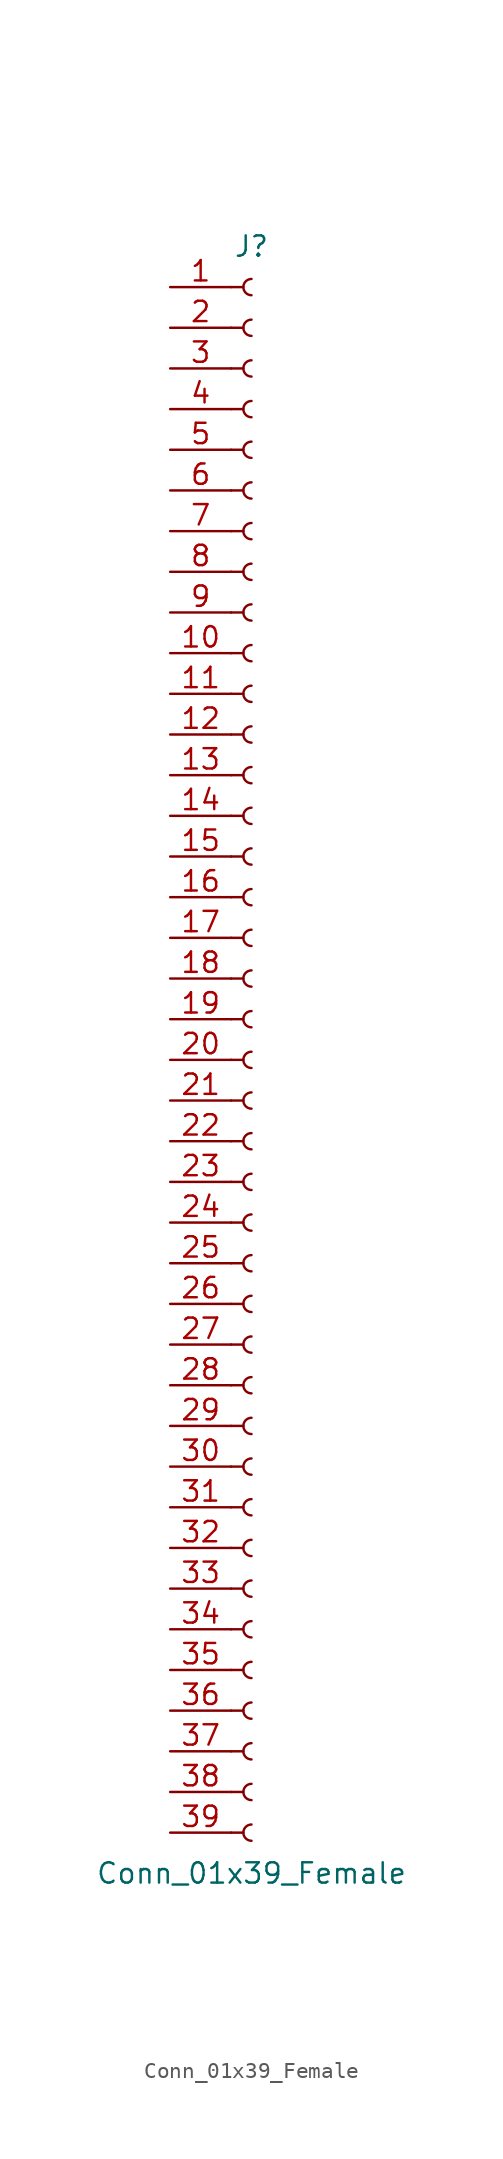
<source format=kicad_sym>
(kicad_symbol_lib
  (version 20220914)
  (generator kicad_symbol_editor)
  (symbol "Conn_01x39_Female"
    (pin_names
      (offset 1.016) hide)
    (property "Reference" "J"
      (at 0 50.8 0)
      (effects (font (size 1.27 1.27))))
    (property "Value" "Conn_01x39_Female"
      (at 0 -50.8 0)
      (effects (font (size 1.27 1.27))))
    (symbol "Conn_01x39_Female_1_1"
      (arc (start 0 -47.752) (mid -0.5058 -48.26) (end 0 -48.768) (stroke (width 0.1524) (type solid)) (fill (type none)))
      (arc (start 0 -45.212) (mid -0.5058 -45.72) (end 0 -46.228) (stroke (width 0.1524) (type solid)) (fill (type none)))
      (arc (start 0 -42.672) (mid -0.5058 -43.18) (end 0 -43.688) (stroke (width 0.1524) (type solid)) (fill (type none)))
      (arc (start 0 -40.132) (mid -0.5058 -40.64) (end 0 -41.148) (stroke (width 0.1524) (type solid)) (fill (type none)))
      (arc (start 0 -37.592) (mid -0.5058 -38.1) (end 0 -38.608) (stroke (width 0.1524) (type solid)) (fill (type none)))
      (arc (start 0 -35.052) (mid -0.5058 -35.56) (end 0 -36.068) (stroke (width 0.1524) (type solid)) (fill (type none)))
      (arc (start 0 -32.512) (mid -0.5058 -33.02) (end 0 -33.528) (stroke (width 0.1524) (type solid)) (fill (type none)))
      (arc (start 0 -29.972) (mid -0.5058 -30.48) (end 0 -30.988) (stroke (width 0.1524) (type solid)) (fill (type none)))
      (arc (start 0 -27.432) (mid -0.5058 -27.94) (end 0 -28.448) (stroke (width 0.1524) (type solid)) (fill (type none)))
      (arc (start 0 -24.892) (mid -0.5058 -25.4) (end 0 -25.908) (stroke (width 0.1524) (type solid)) (fill (type none)))
      (arc (start 0 -22.352) (mid -0.5058 -22.86) (end 0 -23.368) (stroke (width 0.1524) (type solid)) (fill (type none)))
      (arc (start 0 -19.812) (mid -0.5058 -20.32) (end 0 -20.828) (stroke (width 0.1524) (type solid)) (fill (type none)))
      (arc (start 0 -17.272) (mid -0.5058 -17.78) (end 0 -18.288) (stroke (width 0.1524) (type solid)) (fill (type none)))
      (arc (start 0 -14.732) (mid -0.5058 -15.24) (end 0 -15.748) (stroke (width 0.1524) (type solid)) (fill (type none)))
      (arc (start 0 -12.192) (mid -0.5058 -12.7) (end 0 -13.208) (stroke (width 0.1524) (type solid)) (fill (type none)))
      (arc (start 0 -9.652) (mid -0.5058 -10.16) (end 0 -10.668) (stroke (width 0.1524) (type solid)) (fill (type none)))
      (arc (start 0 -7.112) (mid -0.5058 -7.62) (end 0 -8.128) (stroke (width 0.1524) (type solid)) (fill (type none)))
      (arc (start 0 -4.572) (mid -0.5058 -5.08) (end 0 -5.588) (stroke (width 0.1524) (type solid)) (fill (type none)))
      (arc (start 0 -2.032) (mid -0.5058 -2.54) (end 0 -3.048) (stroke (width 0.1524) (type solid)) (fill (type none)))
      (polyline (pts (xy -1.27 -48.26) (xy -0.508 -48.26)) (stroke (width 0.152) (type solid)) (fill (type none)))
      (polyline (pts (xy -1.27 -45.72) (xy -0.508 -45.72)) (stroke (width 0.152) (type solid)) (fill (type none)))
      (polyline (pts (xy -1.27 -43.18) (xy -0.508 -43.18)) (stroke (width 0.152) (type solid)) (fill (type none)))
      (polyline (pts (xy -1.27 -40.64) (xy -0.508 -40.64)) (stroke (width 0.152) (type solid)) (fill (type none)))
      (polyline (pts (xy -1.27 -38.1) (xy -0.508 -38.1)) (stroke (width 0.152) (type solid)) (fill (type none)))
      (polyline (pts (xy -1.27 -35.56) (xy -0.508 -35.56)) (stroke (width 0.152) (type solid)) (fill (type none)))
      (polyline (pts (xy -1.27 -33.02) (xy -0.508 -33.02)) (stroke (width 0.152) (type solid)) (fill (type none)))
      (polyline (pts (xy -1.27 -30.48) (xy -0.508 -30.48)) (stroke (width 0.152) (type solid)) (fill (type none)))
      (polyline (pts (xy -1.27 -27.94) (xy -0.508 -27.94)) (stroke (width 0.152) (type solid)) (fill (type none)))
      (polyline (pts (xy -1.27 -25.4) (xy -0.508 -25.4)) (stroke (width 0.152) (type solid)) (fill (type none)))
      (polyline (pts (xy -1.27 -22.86) (xy -0.508 -22.86)) (stroke (width 0.152) (type solid)) (fill (type none)))
      (polyline (pts (xy -1.27 -20.32) (xy -0.508 -20.32)) (stroke (width 0.152) (type solid)) (fill (type none)))
      (polyline (pts (xy -1.27 -17.78) (xy -0.508 -17.78)) (stroke (width 0.152) (type solid)) (fill (type none)))
      (polyline (pts (xy -1.27 -15.24) (xy -0.508 -15.24)) (stroke (width 0.152) (type solid)) (fill (type none)))
      (polyline (pts (xy -1.27 -12.7) (xy -0.508 -12.7)) (stroke (width 0.152) (type solid)) (fill (type none)))
      (polyline (pts (xy -1.27 -10.16) (xy -0.508 -10.16)) (stroke (width 0.152) (type solid)) (fill (type none)))
      (polyline (pts (xy -1.27 -7.62) (xy -0.508 -7.62)) (stroke (width 0.152) (type solid)) (fill (type none)))
      (polyline (pts (xy -1.27 -5.08) (xy -0.508 -5.08)) (stroke (width 0.152) (type solid)) (fill (type none)))
      (polyline (pts (xy -1.27 -2.54) (xy -0.508 -2.54)) (stroke (width 0.152) (type solid)) (fill (type none)))
      (polyline (pts (xy -1.27 0) (xy -0.508 0)) (stroke (width 0.152) (type solid)) (fill (type none)))
      (polyline (pts (xy -1.27 2.54) (xy -0.508 2.54)) (stroke (width 0.152) (type solid)) (fill (type none)))
      (polyline (pts (xy -1.27 5.08) (xy -0.508 5.08)) (stroke (width 0.152) (type solid)) (fill (type none)))
      (polyline (pts (xy -1.27 7.62) (xy -0.508 7.62)) (stroke (width 0.152) (type solid)) (fill (type none)))
      (polyline (pts (xy -1.27 10.16) (xy -0.508 10.16)) (stroke (width 0.152) (type solid)) (fill (type none)))
      (polyline (pts (xy -1.27 12.7) (xy -0.508 12.7)) (stroke (width 0.152) (type solid)) (fill (type none)))
      (polyline (pts (xy -1.27 15.24) (xy -0.508 15.24)) (stroke (width 0.152) (type solid)) (fill (type none)))
      (polyline (pts (xy -1.27 17.78) (xy -0.508 17.78)) (stroke (width 0.152) (type solid)) (fill (type none)))
      (polyline (pts (xy -1.27 20.32) (xy -0.508 20.32)) (stroke (width 0.152) (type solid)) (fill (type none)))
      (polyline (pts (xy -1.27 22.86) (xy -0.508 22.86)) (stroke (width 0.152) (type solid)) (fill (type none)))
      (polyline (pts (xy -1.27 25.4) (xy -0.508 25.4)) (stroke (width 0.152) (type solid)) (fill (type none)))
      (polyline (pts (xy -1.27 27.94) (xy -0.508 27.94)) (stroke (width 0.152) (type solid)) (fill (type none)))
      (polyline (pts (xy -1.27 30.48) (xy -0.508 30.48)) (stroke (width 0.152) (type solid)) (fill (type none)))
      (polyline (pts (xy -1.27 33.02) (xy -0.508 33.02)) (stroke (width 0.152) (type solid)) (fill (type none)))
      (polyline (pts (xy -1.27 35.56) (xy -0.508 35.56)) (stroke (width 0.152) (type solid)) (fill (type none)))
      (polyline (pts (xy -1.27 38.1) (xy -0.508 38.1)) (stroke (width 0.152) (type solid)) (fill (type none)))
      (polyline (pts (xy -1.27 40.64) (xy -0.508 40.64)) (stroke (width 0.152) (type solid)) (fill (type none)))
      (polyline (pts (xy -1.27 43.18) (xy -0.508 43.18)) (stroke (width 0.152) (type solid)) (fill (type none)))
      (polyline (pts (xy -1.27 45.72) (xy -0.508 45.72)) (stroke (width 0.152) (type solid)) (fill (type none)))
      (polyline (pts (xy -1.27 48.26) (xy -0.508 48.26)) (stroke (width 0.152) (type solid)) (fill (type none)))
      (arc (start 0 0.508) (mid -0.5058 0) (end 0 -0.508) (stroke (width 0.1524) (type solid)) (fill (type none)))
      (arc (start 0 3.048) (mid -0.5058 2.54) (end 0 2.032) (stroke (width 0.1524) (type solid)) (fill (type none)))
      (arc (start 0 5.588) (mid -0.5058 5.08) (end 0 4.572) (stroke (width 0.1524) (type solid)) (fill (type none)))
      (arc (start 0 8.128) (mid -0.5058 7.62) (end 0 7.112) (stroke (width 0.1524) (type solid)) (fill (type none)))
      (arc (start 0 10.668) (mid -0.5058 10.16) (end 0 9.652) (stroke (width 0.1524) (type solid)) (fill (type none)))
      (arc (start 0 13.208) (mid -0.5058 12.7) (end 0 12.192) (stroke (width 0.1524) (type solid)) (fill (type none)))
      (arc (start 0 15.748) (mid -0.5058 15.24) (end 0 14.732) (stroke (width 0.1524) (type solid)) (fill (type none)))
      (arc (start 0 18.288) (mid -0.5058 17.78) (end 0 17.272) (stroke (width 0.1524) (type solid)) (fill (type none)))
      (arc (start 0 20.828) (mid -0.5058 20.32) (end 0 19.812) (stroke (width 0.1524) (type solid)) (fill (type none)))
      (arc (start 0 23.368) (mid -0.5058 22.86) (end 0 22.352) (stroke (width 0.1524) (type solid)) (fill (type none)))
      (arc (start 0 25.908) (mid -0.5058 25.4) (end 0 24.892) (stroke (width 0.1524) (type solid)) (fill (type none)))
      (arc (start 0 28.448) (mid -0.5058 27.94) (end 0 27.432) (stroke (width 0.1524) (type solid)) (fill (type none)))
      (arc (start 0 30.988) (mid -0.5058 30.48) (end 0 29.972) (stroke (width 0.1524) (type solid)) (fill (type none)))
      (arc (start 0 33.528) (mid -0.5058 33.02) (end 0 32.512) (stroke (width 0.1524) (type solid)) (fill (type none)))
      (arc (start 0 36.068) (mid -0.5058 35.56) (end 0 35.052) (stroke (width 0.1524) (type solid)) (fill (type none)))
      (arc (start 0 38.608) (mid -0.5058 38.1) (end 0 37.592) (stroke (width 0.1524) (type solid)) (fill (type none)))
      (arc (start 0 41.148) (mid -0.5058 40.64) (end 0 40.132) (stroke (width 0.1524) (type solid)) (fill (type none)))
      (arc (start 0 43.688) (mid -0.5058 43.18) (end 0 42.672) (stroke (width 0.1524) (type solid)) (fill (type none)))
      (arc (start 0 46.228) (mid -0.5058 45.72) (end 0 45.212) (stroke (width 0.1524) (type solid)) (fill (type none)))
      (arc (start 0 48.768) (mid -0.5058 48.26) (end 0 47.752) (stroke (width 0.1524) (type solid)) (fill (type none)))
      (pin passive line (at -5.08 48.26 0) (length 3.81) (name "Pin_1" (effects (font (size 1.27 1.27)))) (number "1" (effects (font (size 1.27 1.27)))))
      (pin passive line (at -5.08 25.4 0) (length 3.81) (name "Pin_10" (effects (font (size 1.27 1.27)))) (number "10" (effects (font (size 1.27 1.27)))))
      (pin passive line (at -5.08 22.86 0) (length 3.81) (name "Pin_11" (effects (font (size 1.27 1.27)))) (number "11" (effects (font (size 1.27 1.27)))))
      (pin passive line (at -5.08 20.32 0) (length 3.81) (name "Pin_12" (effects (font (size 1.27 1.27)))) (number "12" (effects (font (size 1.27 1.27)))))
      (pin passive line (at -5.08 17.78 0) (length 3.81) (name "Pin_13" (effects (font (size 1.27 1.27)))) (number "13" (effects (font (size 1.27 1.27)))))
      (pin passive line (at -5.08 15.24 0) (length 3.81) (name "Pin_14" (effects (font (size 1.27 1.27)))) (number "14" (effects (font (size 1.27 1.27)))))
      (pin passive line (at -5.08 12.7 0) (length 3.81) (name "Pin_15" (effects (font (size 1.27 1.27)))) (number "15" (effects (font (size 1.27 1.27)))))
      (pin passive line (at -5.08 10.16 0) (length 3.81) (name "Pin_16" (effects (font (size 1.27 1.27)))) (number "16" (effects (font (size 1.27 1.27)))))
      (pin passive line (at -5.08 7.62 0) (length 3.81) (name "Pin_17" (effects (font (size 1.27 1.27)))) (number "17" (effects (font (size 1.27 1.27)))))
      (pin passive line (at -5.08 5.08 0) (length 3.81) (name "Pin_18" (effects (font (size 1.27 1.27)))) (number "18" (effects (font (size 1.27 1.27)))))
      (pin passive line (at -5.08 2.54 0) (length 3.81) (name "Pin_19" (effects (font (size 1.27 1.27)))) (number "19" (effects (font (size 1.27 1.27)))))
      (pin passive line (at -5.08 45.72 0) (length 3.81) (name "Pin_2" (effects (font (size 1.27 1.27)))) (number "2" (effects (font (size 1.27 1.27)))))
      (pin passive line (at -5.08 0 0) (length 3.81) (name "Pin_20" (effects (font (size 1.27 1.27)))) (number "20" (effects (font (size 1.27 1.27)))))
      (pin passive line (at -5.08 -2.54 0) (length 3.81) (name "Pin_21" (effects (font (size 1.27 1.27)))) (number "21" (effects (font (size 1.27 1.27)))))
      (pin passive line (at -5.08 -5.08 0) (length 3.81) (name "Pin_22" (effects (font (size 1.27 1.27)))) (number "22" (effects (font (size 1.27 1.27)))))
      (pin passive line (at -5.08 -7.62 0) (length 3.81) (name "Pin_23" (effects (font (size 1.27 1.27)))) (number "23" (effects (font (size 1.27 1.27)))))
      (pin passive line (at -5.08 -10.16 0) (length 3.81) (name "Pin_24" (effects (font (size 1.27 1.27)))) (number "24" (effects (font (size 1.27 1.27)))))
      (pin passive line (at -5.08 -12.7 0) (length 3.81) (name "Pin_25" (effects (font (size 1.27 1.27)))) (number "25" (effects (font (size 1.27 1.27)))))
      (pin passive line (at -5.08 -15.24 0) (length 3.81) (name "Pin_26" (effects (font (size 1.27 1.27)))) (number "26" (effects (font (size 1.27 1.27)))))
      (pin passive line (at -5.08 -17.78 0) (length 3.81) (name "Pin_27" (effects (font (size 1.27 1.27)))) (number "27" (effects (font (size 1.27 1.27)))))
      (pin passive line (at -5.08 -20.32 0) (length 3.81) (name "Pin_28" (effects (font (size 1.27 1.27)))) (number "28" (effects (font (size 1.27 1.27)))))
      (pin passive line (at -5.08 -22.86 0) (length 3.81) (name "Pin_29" (effects (font (size 1.27 1.27)))) (number "29" (effects (font (size 1.27 1.27)))))
      (pin passive line (at -5.08 43.18 0) (length 3.81) (name "Pin_3" (effects (font (size 1.27 1.27)))) (number "3" (effects (font (size 1.27 1.27)))))
      (pin passive line (at -5.08 -25.4 0) (length 3.81) (name "Pin_30" (effects (font (size 1.27 1.27)))) (number "30" (effects (font (size 1.27 1.27)))))
      (pin passive line (at -5.08 -27.94 0) (length 3.81) (name "Pin_31" (effects (font (size 1.27 1.27)))) (number "31" (effects (font (size 1.27 1.27)))))
      (pin passive line (at -5.08 -30.48 0) (length 3.81) (name "Pin_32" (effects (font (size 1.27 1.27)))) (number "32" (effects (font (size 1.27 1.27)))))
      (pin passive line (at -5.08 -33.02 0) (length 3.81) (name "Pin_33" (effects (font (size 1.27 1.27)))) (number "33" (effects (font (size 1.27 1.27)))))
      (pin passive line (at -5.08 -35.56 0) (length 3.81) (name "Pin_34" (effects (font (size 1.27 1.27)))) (number "34" (effects (font (size 1.27 1.27)))))
      (pin passive line (at -5.08 -38.1 0) (length 3.81) (name "Pin_35" (effects (font (size 1.27 1.27)))) (number "35" (effects (font (size 1.27 1.27)))))
      (pin passive line (at -5.08 -40.64 0) (length 3.81) (name "Pin_36" (effects (font (size 1.27 1.27)))) (number "36" (effects (font (size 1.27 1.27)))))
      (pin passive line (at -5.08 -43.18 0) (length 3.81) (name "Pin_37" (effects (font (size 1.27 1.27)))) (number "37" (effects (font (size 1.27 1.27)))))
      (pin passive line (at -5.08 -45.72 0) (length 3.81) (name "Pin_38" (effects (font (size 1.27 1.27)))) (number "38" (effects (font (size 1.27 1.27)))))
      (pin passive line (at -5.08 -48.26 0) (length 3.81) (name "Pin_39" (effects (font (size 1.27 1.27)))) (number "39" (effects (font (size 1.27 1.27)))))
      (pin passive line (at -5.08 40.64 0) (length 3.81) (name "Pin_4" (effects (font (size 1.27 1.27)))) (number "4" (effects (font (size 1.27 1.27)))))
      (pin passive line (at -5.08 38.1 0) (length 3.81) (name "Pin_5" (effects (font (size 1.27 1.27)))) (number "5" (effects (font (size 1.27 1.27)))))
      (pin passive line (at -5.08 35.56 0) (length 3.81) (name "Pin_6" (effects (font (size 1.27 1.27)))) (number "6" (effects (font (size 1.27 1.27)))))
      (pin passive line (at -5.08 33.02 0) (length 3.81) (name "Pin_7" (effects (font (size 1.27 1.27)))) (number "7" (effects (font (size 1.27 1.27)))))
      (pin passive line (at -5.08 30.48 0) (length 3.81) (name "Pin_8" (effects (font (size 1.27 1.27)))) (number "8" (effects (font (size 1.27 1.27)))))
      (pin passive line (at -5.08 27.94 0) (length 3.81) (name "Pin_9" (effects (font (size 1.27 1.27)))) (number "9" (effects (font (size 1.27 1.27))))))))
</source>
